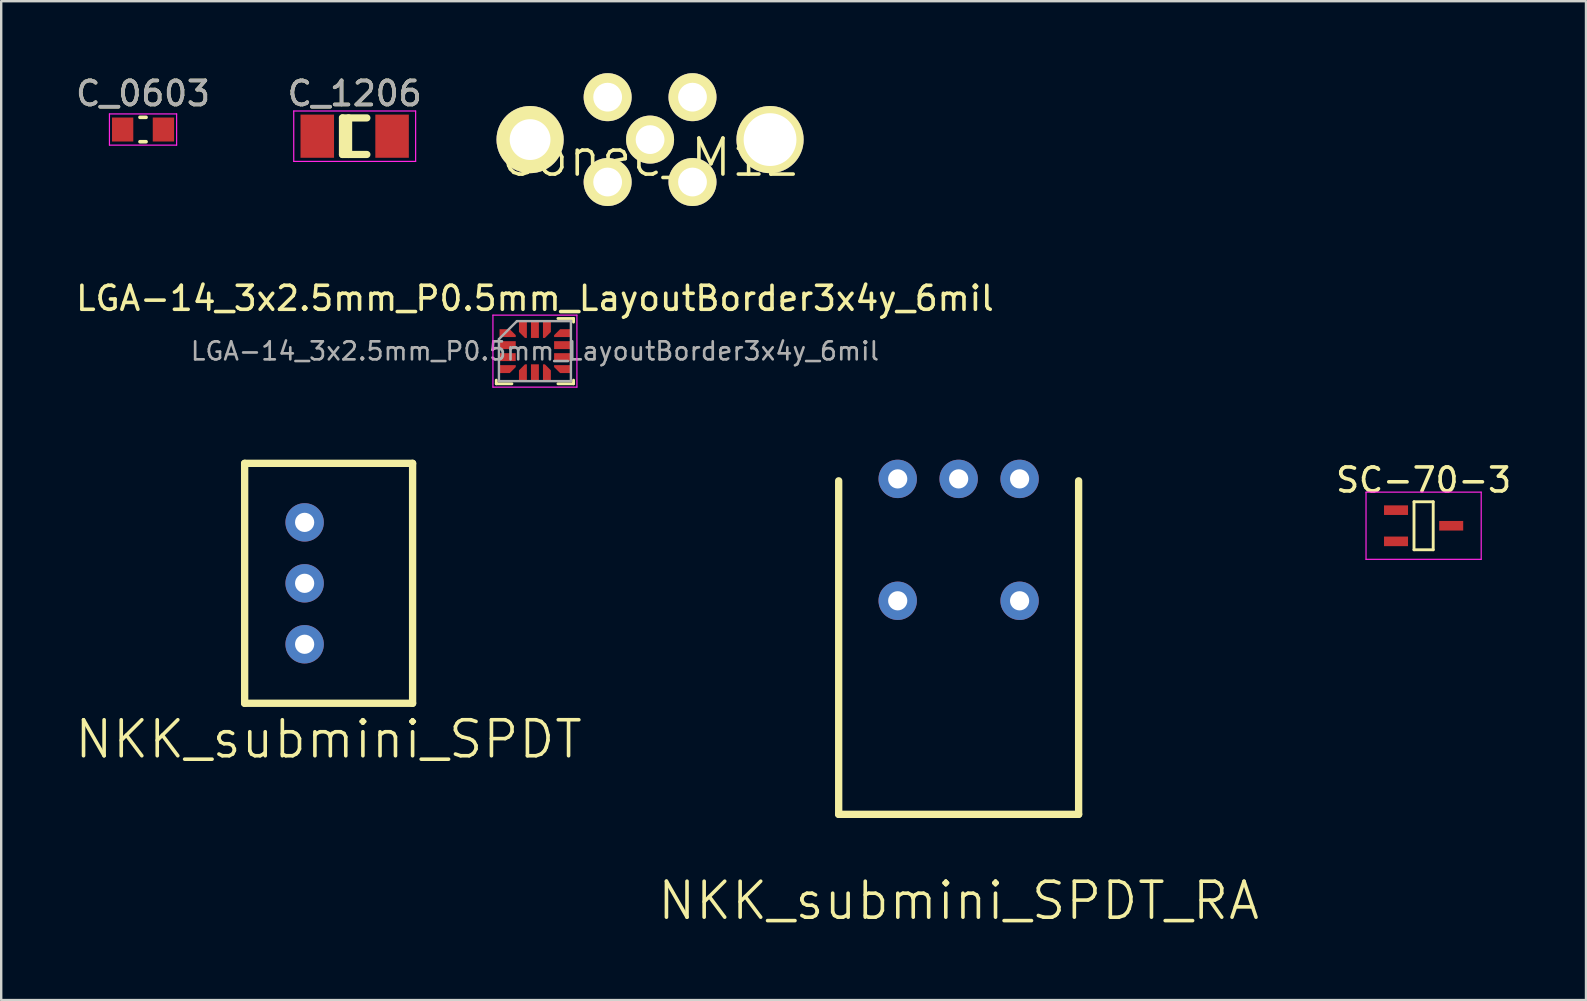
<source format=kicad_pcb>
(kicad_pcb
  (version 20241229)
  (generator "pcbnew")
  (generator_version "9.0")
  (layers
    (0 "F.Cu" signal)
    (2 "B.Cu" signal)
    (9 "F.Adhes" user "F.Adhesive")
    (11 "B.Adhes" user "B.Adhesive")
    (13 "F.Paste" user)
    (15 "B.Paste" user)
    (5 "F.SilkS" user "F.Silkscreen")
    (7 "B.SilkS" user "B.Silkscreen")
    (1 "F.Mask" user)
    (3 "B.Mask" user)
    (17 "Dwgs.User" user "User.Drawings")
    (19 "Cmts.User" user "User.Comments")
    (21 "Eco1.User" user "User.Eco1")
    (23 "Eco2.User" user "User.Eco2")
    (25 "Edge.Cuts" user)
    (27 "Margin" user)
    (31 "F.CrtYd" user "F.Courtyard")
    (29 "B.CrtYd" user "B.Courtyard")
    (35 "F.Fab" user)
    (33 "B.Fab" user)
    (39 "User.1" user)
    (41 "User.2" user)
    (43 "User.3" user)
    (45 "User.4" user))
  (footprint "LGA-14_3x2.5mm_P0.5mm_LayoutBorder3x4y_6mil"
    (layer "F.Cu")
    (at 19.244 11.584)
    (property "Reference" "LGA-14_3x2.5mm_P0.5mm_LayoutBorder3x4y_6mil" (at 0 -2.2 0) (layer "F.SilkS") (effects (font (size 1 1) (thickness 0.15))))
    (attr smd)
    (fp_line (start -1.61 1.36) (end -1.61 1.21) (stroke (width 0.12) (type solid)) (layer "F.SilkS"))
    (fp_line (start -0.96 1.36) (end -1.61 1.36) (stroke (width 0.12) (type solid)) (layer "F.SilkS"))
    (fp_line (start 0.96 -1.36) (end 1.61 -1.36) (stroke (width 0.12) (type solid)) (layer "F.SilkS"))
    (fp_line (start 0.96 1.36) (end 1.61 1.36) (stroke (width 0.12) (type solid)) (layer "F.SilkS"))
    (fp_line (start 1.61 -1.36) (end 1.61 -1.21) (stroke (width 0.12) (type solid)) (layer "F.SilkS"))
    (fp_line (start 1.61 1.36) (end 1.61 1.21) (stroke (width 0.12) (type solid)) (layer "F.SilkS"))
    (fp_line (start -1.75 -1.5) (end -1.75 1.5) (stroke (width 0.05) (type solid)) (layer "F.CrtYd"))
    (fp_line (start -1.75 1.5) (end 1.75 1.5) (stroke (width 0.05) (type solid)) (layer "F.CrtYd"))
    (fp_line (start 1.75 -1.5) (end -1.75 -1.5) (stroke (width 0.05) (type solid)) (layer "F.CrtYd"))
    (fp_line (start 1.75 1.5) (end 1.75 -1.5) (stroke (width 0.05) (type solid)) (layer "F.CrtYd"))
    (fp_line (start -1.5 -0.5) (end -0.75 -1.25) (stroke (width 0.1) (type solid)) (layer "F.Fab"))
    (fp_line (start -1.5 1.25) (end -1.5 -0.5) (stroke (width 0.1) (type solid)) (layer "F.Fab"))
    (fp_line (start -0.75 -1.25) (end 1.5 -1.25) (stroke (width 0.1) (type solid)) (layer "F.Fab"))
    (fp_line (start 1.5 -1.25) (end 1.5 1.25) (stroke (width 0.1) (type solid)) (layer "F.Fab"))
    (fp_line (start 1.5 1.25) (end -1.5 1.25) (stroke (width 0.1) (type solid)) (layer "F.Fab"))
    (fp_text user "${REFERENCE}" (at 0 0 0) (layer "F.Fab") (effects (font (size 0.75 0.75) (thickness 0.11))))
    (pad "1" smd custom (at -1.137 -0.75) (size 0.33 0.33) (layers "F.Cu" "F.Mask" "F.Paste") (options (anchor circle)) (primitives (gr_poly (pts (xy -0.338 -0.165) (xy 0.087 -0.165) (xy 0.338 0.085) (xy 0.338 0.165) (xy -0.338 0.165)) (width 0) (fill yes))))
    (pad "2" smd rect (at -1.137 -0.25) (size 0.675 0.33) (layers "F.Cu" "F.Mask" "F.Paste"))
    (pad "3" smd rect (at -1.137 0.25) (size 0.675 0.33) (layers "F.Cu" "F.Mask" "F.Paste"))
    (pad "4" smd custom (at -1.137 0.75) (size 0.33 0.33) (layers "F.Cu" "F.Mask" "F.Paste") (options (anchor circle)) (primitives (gr_poly (pts (xy -0.338 -0.165) (xy 0.338 -0.165) (xy 0.338 -0.085) (xy 0.087 0.165) (xy -0.338 0.165)) (width 0) (fill yes))))
    (pad "5" smd custom (at -0.5 0.887) (size 0.33 0.33) (layers "F.Cu" "F.Mask" "F.Paste") (options (anchor circle)) (primitives (gr_poly (pts (xy -0.165 -0.087) (xy 0.085 -0.338) (xy 0.165 -0.338) (xy 0.165 0.338) (xy -0.165 0.338)) (width 0) (fill yes))))
    (pad "6" smd rect (at 0 0.887) (size 0.33 0.675) (layers "F.Cu" "F.Mask" "F.Paste"))
    (pad "7" smd custom (at 0.5 0.887) (size 0.33 0.33) (layers "F.Cu" "F.Mask" "F.Paste") (options (anchor circle)) (primitives (gr_poly (pts (xy -0.165 -0.338) (xy -0.085 -0.338) (xy 0.165 -0.087) (xy 0.165 0.338) (xy -0.165 0.338)) (width 0) (fill yes))))
    (pad "8" smd custom (at 1.137 0.75) (size 0.33 0.33) (layers "F.Cu" "F.Mask" "F.Paste") (options (anchor circle)) (primitives (gr_poly (pts (xy -0.338 -0.165) (xy 0.338 -0.165) (xy 0.338 0.165) (xy -0.087 0.165) (xy -0.338 -0.085)) (width 0) (fill yes))))
    (pad "9" smd rect (at 1.137 0.25) (size 0.675 0.33) (layers "F.Cu" "F.Mask" "F.Paste"))
    (pad "10" smd rect (at 1.137 -0.25) (size 0.675 0.33) (layers "F.Cu" "F.Mask" "F.Paste"))
    (pad "11" smd custom (at 1.137 -0.75) (size 0.33 0.33) (layers "F.Cu" "F.Mask" "F.Paste") (options (anchor circle)) (primitives (gr_poly (pts (xy -0.338 0.085) (xy -0.087 -0.165) (xy 0.338 -0.165) (xy 0.338 0.165) (xy -0.338 0.165)) (width 0) (fill yes))))
    (pad "12" smd custom (at 0.5 -0.887) (size 0.33 0.33) (layers "F.Cu" "F.Mask" "F.Paste") (options (anchor circle)) (primitives (gr_poly (pts (xy -0.165 -0.338) (xy 0.165 -0.338) (xy 0.165 0.087) (xy -0.085 0.338) (xy -0.165 0.338)) (width 0) (fill yes))))
    (pad "13" smd rect (at 0 -0.887) (size 0.33 0.675) (layers "F.Cu" "F.Mask" "F.Paste"))
    (pad "14" smd custom (at -0.5 -0.887) (size 0.33 0.33) (layers "F.Cu" "F.Mask" "F.Paste") (options (anchor circle)) (primitives (gr_poly (pts (xy -0.165 -0.338) (xy 0.165 -0.338) (xy 0.165 0.338) (xy 0.085 0.338) (xy -0.165 0.087)) (width 0) (fill yes)))))
  (footprint "Conec_M12"
    (layer "F.Cu")
    (at 24.043 2.768)
    (property "Reference" "Conec_M12" (at 0 0.75 0) (layer "F.SilkS") (effects (font (size 1.5 1.5) (thickness 0.15))))
    (attr through_hole)
    (pad "" thru_hole circle (at -5 0) (size 2.8 2.8) (drill 1.7) (layers "*.Cu" "*.Mask" "F.SilkS"))
    (pad "" thru_hole circle (at 5 0) (size 2.8 2.8) (drill 2.2) (layers "*.Cu" "*.Mask" "F.SilkS"))
    (pad "1" thru_hole circle (at -1.768 1.768) (size 2 2) (drill 1.2) (layers "*.Cu" "*.Mask" "F.SilkS"))
    (pad "2" thru_hole circle (at 1.768 1.768) (size 2 2) (drill 1.2) (layers "*.Cu" "*.Mask" "F.SilkS"))
    (pad "3" thru_hole circle (at 1.768 -1.768) (size 2 2) (drill 1.2) (layers "*.Cu" "*.Mask" "F.SilkS"))
    (pad "4" thru_hole circle (at -1.768 -1.768) (size 2 2) (drill 1.2) (layers "*.Cu" "*.Mask" "F.SilkS"))
    (pad "5" thru_hole circle (at 0 0) (size 2 2) (drill 1.2) (layers "*.Cu" "*.Mask" "F.SilkS")))
  (footprint "NKK_submini_SPDT_RA"
    (layer "F.Cu")
    (at 36.904 21.989)
    (property "Reference" "NKK_submini_SPDT_RA" (at 0 12.5 0) (layer "F.SilkS") (effects (font (size 1.5 1.5) (thickness 0.15))))
    (attr through_hole)
    (fp_line (start -5 -5) (end -5 8.9) (stroke (width 0.305) (type solid)) (layer "F.SilkS"))
    (fp_line (start -5 8.9) (end 5 8.9) (stroke (width 0.305) (type solid)) (layer "F.SilkS"))
    (fp_line (start 5 8.9) (end 5 -5) (stroke (width 0.305) (type solid)) (layer "F.SilkS"))
    (pad "" thru_hole circle (at -2.54 0) (size 1.6 1.6) (drill 0.8) (layers "*.Cu" "*.Mask"))
    (pad "" thru_hole circle (at 2.54 0) (size 1.6 1.6) (drill 0.8) (layers "*.Cu" "*.Mask"))
    (pad "1" thru_hole circle (at -2.54 -5.08) (size 1.6 1.6) (drill 0.8) (layers "*.Cu" "*.Mask"))
    (pad "2" thru_hole circle (at 0 -5.08) (size 1.6 1.6) (drill 0.8) (layers "*.Cu" "*.Mask"))
    (pad "3" thru_hole circle (at 2.54 -5.08) (size 1.6 1.6) (drill 0.8) (layers "*.Cu" "*.Mask")))
  (footprint "C_1206"
    (layer "F.Cu")
    (at 11.732 2.626)
    (property "Reference" "C_1206" (at 0 -1.778 0) (layer "F.SilkS") (effects (font (size 1 1) (thickness 0.15))))
    (attr smd)
    (fp_line (start -0.508 -0.762) (end -0.508 0.762) (stroke (width 0.3) (type solid)) (layer "F.SilkS"))
    (fp_line (start -0.508 0.762) (end 0.508 0.762) (stroke (width 0.3) (type solid)) (layer "F.SilkS"))
    (fp_line (start -0.254 -0.762) (end -0.254 0.762) (stroke (width 0.3) (type solid)) (layer "F.SilkS"))
    (fp_line (start 0.508 -0.762) (end -0.508 -0.762) (stroke (width 0.3) (type solid)) (layer "F.SilkS"))
    (fp_line (start -2.54 -1.05) (end -2.54 1.05) (stroke (width 0.05) (type solid)) (layer "F.CrtYd"))
    (fp_line (start -2.54 -1.05) (end 2.54 -1.05) (stroke (width 0.05) (type solid)) (layer "F.CrtYd"))
    (fp_line (start 2.54 1.05) (end -2.54 1.05) (stroke (width 0.05) (type solid)) (layer "F.CrtYd"))
    (fp_line (start 2.54 1.05) (end 2.54 -1.05) (stroke (width 0.05) (type solid)) (layer "F.CrtYd"))
    (fp_text user "${REFERENCE}" (at 0 -1.778 0) (layer "F.Fab") (effects (font (size 1 1) (thickness 0.15))))
    (pad "1" smd rect (at -1.559 0) (size 1.397 1.8) (layers "F.Cu" "F.Mask" "F.Paste"))
    (pad "2" smd rect (at 1.559 0) (size 1.397 1.8) (layers "F.Cu" "F.Mask" "F.Paste")))
  (footprint "SC-70-3"
    (layer "F.Cu")
    (at 56.282 18.862)
    (property "Reference" "SC-70-3" (at 0 -1.905 0) (layer "F.SilkS") (effects (font (size 1 1) (thickness 0.15))))
    (attr smd)
    (fp_line (start -0.4 -1) (end 0.4 -1) (stroke (width 0.12) (type solid)) (layer "F.SilkS"))
    (fp_line (start -0.4 1) (end -0.4 -1) (stroke (width 0.12) (type solid)) (layer "F.SilkS"))
    (fp_line (start -0.4 1) (end 0.4 1) (stroke (width 0.12) (type solid)) (layer "F.SilkS"))
    (fp_line (start 0.4 -1) (end 0.4 1) (stroke (width 0.12) (type solid)) (layer "F.SilkS"))
    (fp_line (start -2.4 -1.4) (end -2.4 1.4) (stroke (width 0.05) (type solid)) (layer "F.CrtYd"))
    (fp_line (start -2.4 -1.4) (end 2.4 -1.4) (stroke (width 0.05) (type solid)) (layer "F.CrtYd"))
    (fp_line (start -2.4 1.4) (end 2.4 1.4) (stroke (width 0.05) (type solid)) (layer "F.CrtYd"))
    (fp_line (start 2.4 1.4) (end 2.4 -1.4) (stroke (width 0.05) (type solid)) (layer "F.CrtYd"))
    (pad "1" smd rect (at -1.15 -0.65) (size 1 0.4) (layers "F.Cu" "F.Mask" "F.Paste"))
    (pad "2" smd rect (at -1.15 0.65) (size 1 0.4) (layers "F.Cu" "F.Mask" "F.Paste"))
    (pad "3" smd rect (at 1.15 0) (size 1 0.4) (layers "F.Cu" "F.Mask" "F.Paste")))
  (footprint "C_0603"
    (layer "F.Cu")
    (at 2.911 2.348)
    (property "Reference" "C_0603" (at 0 -1.5 0) (layer "F.SilkS") (effects (font (size 1 1) (thickness 0.15))))
    (attr smd)
    (fp_line (start -0.127 -0.508) (end 0.127 -0.508) (stroke (width 0.15) (type solid)) (layer "F.SilkS"))
    (fp_line (start -0.127 0.508) (end 0.127 0.508) (stroke (width 0.15) (type solid)) (layer "F.SilkS"))
    (fp_line (start -1.4 -0.65) (end -1.4 0.65) (stroke (width 0.05) (type solid)) (layer "F.CrtYd"))
    (fp_line (start -1.4 -0.65) (end 1.4 -0.65) (stroke (width 0.05) (type solid)) (layer "F.CrtYd"))
    (fp_line (start 1.4 0.65) (end -1.4 0.65) (stroke (width 0.05) (type solid)) (layer "F.CrtYd"))
    (fp_line (start 1.4 0.65) (end 1.4 -0.65) (stroke (width 0.05) (type solid)) (layer "F.CrtYd"))
    (fp_text user "${REFERENCE}" (at 0 -1.5 0) (layer "F.Fab") (effects (font (size 1 1) (thickness 0.15))))
    (pad "1" smd rect (at -0.85 0) (size 0.889 1) (layers "F.Cu" "F.Mask" "F.Paste"))
    (pad "2" smd rect (at 0.85 0) (size 0.889 1) (layers "F.Cu" "F.Mask" "F.Paste")))
  (footprint "NKK_submini_SPDT"
    (layer "F.Cu")
    (at 10.646 21.261)
    (property "Reference" "NKK_submini_SPDT" (at 0 6.5 0) (layer "F.SilkS") (effects (font (size 1.5 1.5) (thickness 0.15))))
    (attr through_hole)
    (fp_line (start -3.5 -5) (end 3.5 -5) (stroke (width 0.305) (type solid)) (layer "F.SilkS"))
    (fp_line (start -3.5 5) (end -3.5 -5) (stroke (width 0.305) (type solid)) (layer "F.SilkS"))
    (fp_line (start 3.5 -5) (end 3.5 5) (stroke (width 0.305) (type solid)) (layer "F.SilkS"))
    (fp_line (start 3.5 5) (end -3.5 5) (stroke (width 0.305) (type solid)) (layer "F.SilkS"))
    (pad "1" thru_hole circle (at -1 -2.54) (size 1.6 1.6) (drill 0.8) (layers "*.Cu" "*.Mask"))
    (pad "2" thru_hole circle (at -1 0) (size 1.6 1.6) (drill 0.8) (layers "*.Cu" "*.Mask"))
    (pad "3" thru_hole circle (at -1 2.54) (size 1.6 1.6) (drill 0.8) (layers "*.Cu" "*.Mask")))
  (gr_rect
    (start -3 -3)
    (end 63.05 38.63)
    (stroke (width 0.1) (type default))
    (fill no)
    (layer "Edge.Cuts")))
</source>
